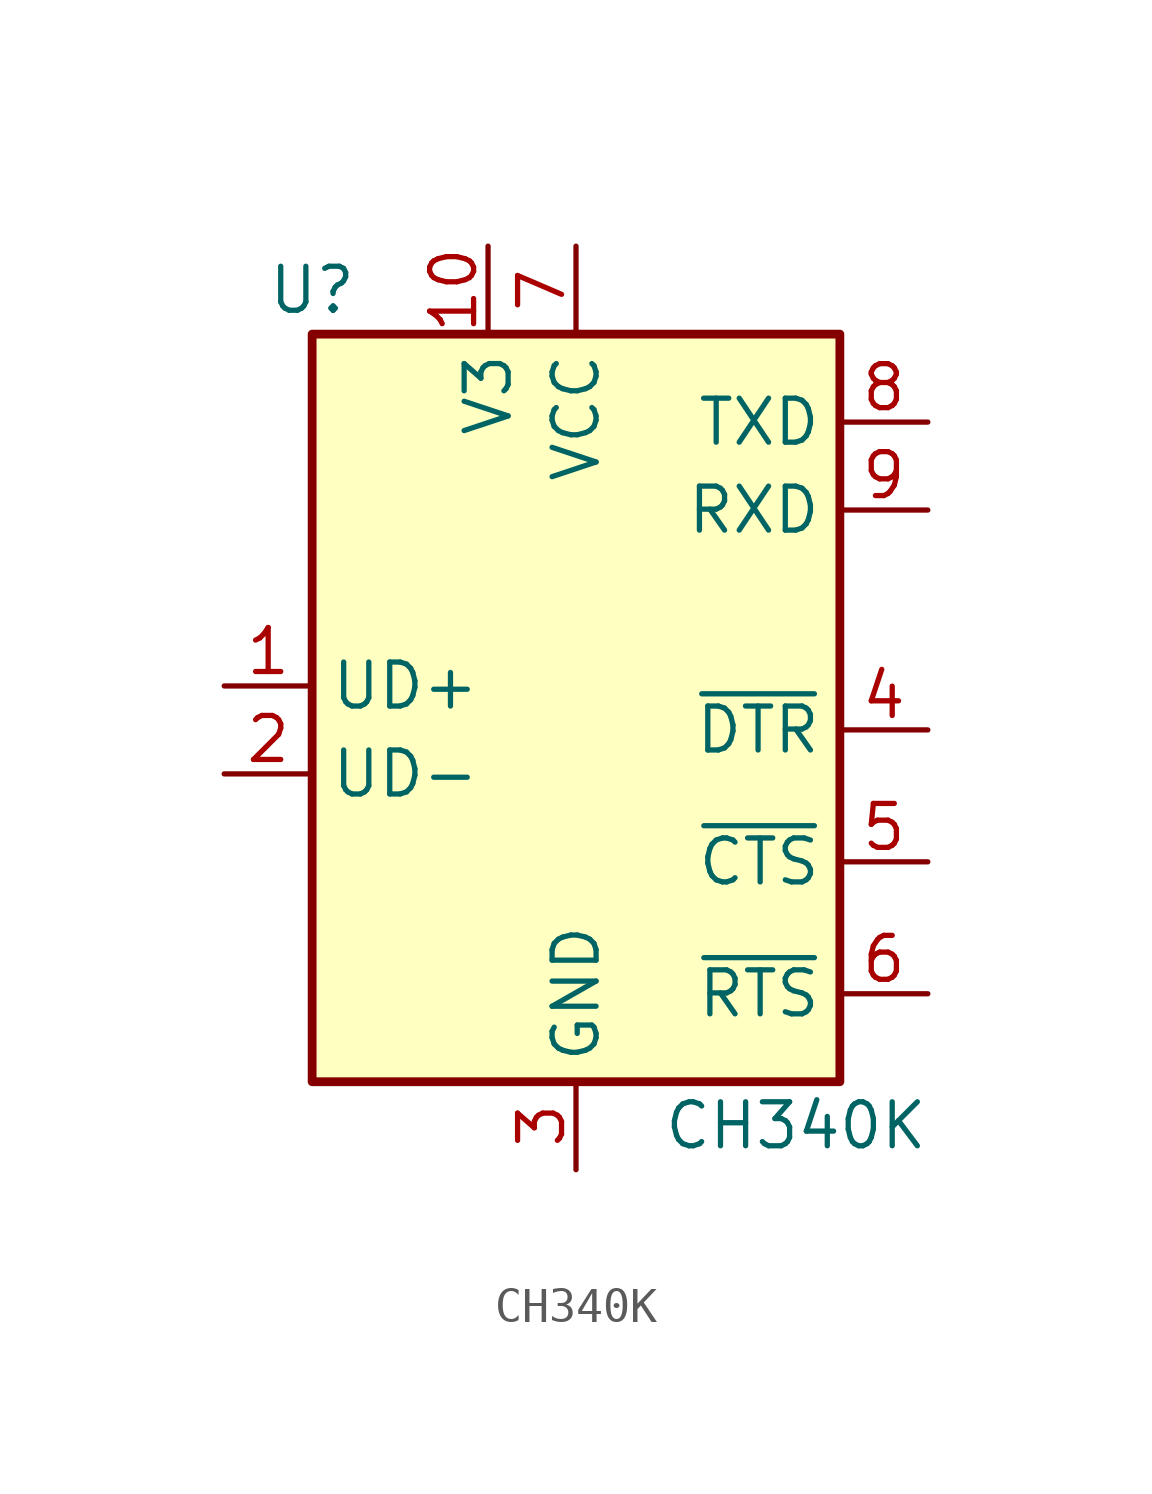
<source format=kicad_sym>
(kicad_symbol_lib
  (version 20220914)
  (generator kicad_symbol_editor)
  (symbol "CH340K"
    (property "Reference" "U"
      (at -7.62 12.7 0)
      (effects (font (size 1.27 1.27))))
    (property "Value" "CH340K"
      (at 6.35 -11.43 0)
      (effects (font (size 1.27 1.27))))
    (symbol "CH340K_0_1"
      (rectangle (start -7.62 11.43) (end 7.62 -10.16) (stroke (width 0.254) (type default)) (fill (type background))))
    (symbol "CH340K_1_1"
      (pin bidirectional line (at -10.16 1.27 0) (length 2.54) (name "UD+" (effects (font (size 1.27 1.27)))) (number "1" (effects (font (size 1.27 1.27)))))
      (pin passive line (at -2.54 13.97 270) (length 2.54) (name "V3" (effects (font (size 1.27 1.27)))) (number "10" (effects (font (size 1.27 1.27)))))
      (pin bidirectional line (at -10.16 -1.27 0) (length 2.54) (name "UD-" (effects (font (size 1.27 1.27)))) (number "2" (effects (font (size 1.27 1.27)))))
      (pin power_in line (at 0 -12.7 90) (length 2.54) (name "GND" (effects (font (size 1.27 1.27)))) (number "3" (effects (font (size 1.27 1.27)))))
      (pin output line (at 10.16 0 180) (length 2.54) (name "~{DTR}" (effects (font (size 1.27 1.27)))) (number "4" (effects (font (size 1.27 1.27)))))
      (pin input line (at 10.16 -3.81 180) (length 2.54) (name "~{CTS}" (effects (font (size 1.27 1.27)))) (number "5" (effects (font (size 1.27 1.27)))))
      (pin output line (at 10.16 -7.62 180) (length 2.54) (name "~{RTS}" (effects (font (size 1.27 1.27)))) (number "6" (effects (font (size 1.27 1.27)))))
      (pin power_in line (at 0 13.97 270) (length 2.54) (name "VCC" (effects (font (size 1.27 1.27)))) (number "7" (effects (font (size 1.27 1.27)))))
      (pin output line (at 10.16 8.89 180) (length 2.54) (name "TXD" (effects (font (size 1.27 1.27)))) (number "8" (effects (font (size 1.27 1.27)))))
      (pin input line (at 10.16 6.35 180) (length 2.54) (name "RXD" (effects (font (size 1.27 1.27)))) (number "9" (effects (font (size 1.27 1.27))))))))
</source>
